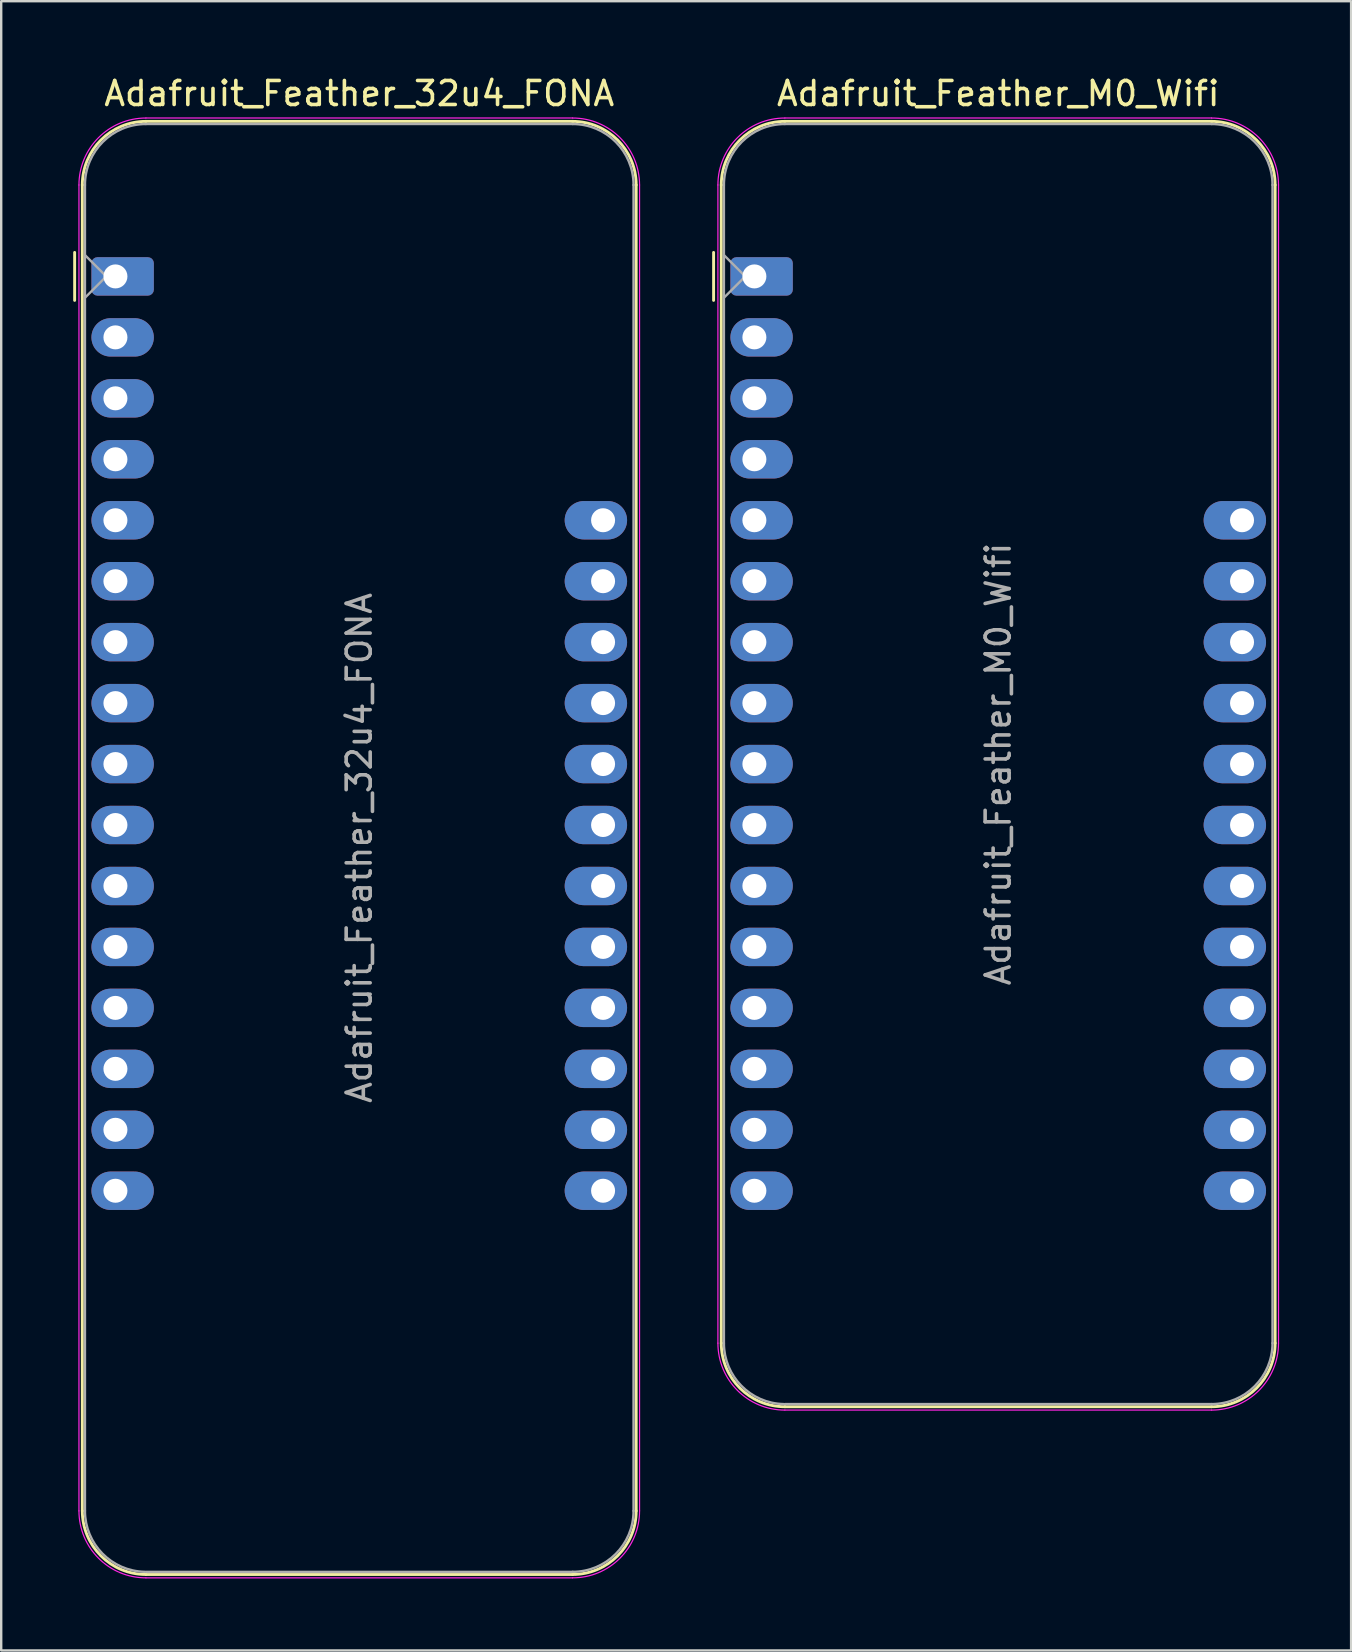
<source format=kicad_pcb>
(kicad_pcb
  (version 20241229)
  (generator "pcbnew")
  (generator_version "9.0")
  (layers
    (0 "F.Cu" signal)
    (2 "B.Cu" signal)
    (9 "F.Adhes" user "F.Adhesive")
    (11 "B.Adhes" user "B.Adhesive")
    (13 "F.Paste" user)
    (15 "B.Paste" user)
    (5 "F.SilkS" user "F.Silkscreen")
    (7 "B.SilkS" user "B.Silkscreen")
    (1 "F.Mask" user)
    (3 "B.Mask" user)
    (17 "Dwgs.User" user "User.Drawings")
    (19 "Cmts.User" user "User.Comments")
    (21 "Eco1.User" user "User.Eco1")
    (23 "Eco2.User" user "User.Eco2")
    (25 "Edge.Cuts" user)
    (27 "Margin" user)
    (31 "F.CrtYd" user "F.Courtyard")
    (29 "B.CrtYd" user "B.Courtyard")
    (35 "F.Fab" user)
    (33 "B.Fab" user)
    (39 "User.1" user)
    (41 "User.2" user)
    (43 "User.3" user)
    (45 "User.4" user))
  (footprint "Adafruit_Feather_M0_Wifi"
    (layer "F.Cu")
    (at 28.385 8.468)
    (property "Reference" "Adafruit_Feather_M0_Wifi" (at 10.16 -7.62 0) (layer "F.SilkS") (effects (font (size 1 1) (thickness 0.15))))
    (attr through_hole)
    (fp_line (start -1.7 1) (end -1.7 -1) (stroke (width 0.12) (type solid)) (layer "F.SilkS"))
    (fp_line (start -1.38 -3.81) (end -1.38 44.45) (stroke (width 0.12) (type solid)) (layer "F.SilkS"))
    (fp_line (start 19.05 -6.46) (end 1.27 -6.46) (stroke (width 0.12) (type solid)) (layer "F.SilkS"))
    (fp_line (start 19.05 47.1) (end 1.27 47.1) (stroke (width 0.12) (type solid)) (layer "F.SilkS"))
    (fp_line (start 21.7 -3.81) (end 21.7 44.45) (stroke (width 0.12) (type solid)) (layer "F.SilkS"))
    (fp_arc (start -1.38 -3.81) (mid -0.603833 -5.683833) (end 1.27 -6.46) (stroke (width 0.12) (type solid)) (layer "F.SilkS"))
    (fp_arc (start 1.27 47.1) (mid -0.603833 46.323833) (end -1.38 44.45) (stroke (width 0.12) (type solid)) (layer "F.SilkS"))
    (fp_arc (start 19.05 -6.46) (mid 20.923833 -5.683833) (end 21.7 -3.81) (stroke (width 0.12) (type solid)) (layer "F.SilkS"))
    (fp_arc (start 21.7 44.45) (mid 20.923833 46.323833) (end 19.05 47.1) (stroke (width 0.12) (type solid)) (layer "F.SilkS"))
    (fp_line (start -1.52 44.45) (end -1.52 -3.81) (stroke (width 0.05) (type solid)) (layer "F.CrtYd"))
    (fp_line (start 19.05 -6.6) (end 1.27 -6.6) (stroke (width 0.05) (type solid)) (layer "F.CrtYd"))
    (fp_line (start 19.05 47.24) (end 1.27 47.24) (stroke (width 0.05) (type solid)) (layer "F.CrtYd"))
    (fp_line (start 21.84 44.45) (end 21.84 -3.81) (stroke (width 0.05) (type solid)) (layer "F.CrtYd"))
    (fp_arc (start -1.52 -3.81) (mid -0.702828 -5.782828) (end 1.27 -6.6) (stroke (width 0.05) (type solid)) (layer "F.CrtYd"))
    (fp_arc (start 1.27 47.24) (mid -0.702828 46.422828) (end -1.52 44.45) (stroke (width 0.05) (type solid)) (layer "F.CrtYd"))
    (fp_arc (start 19.05 -6.6) (mid 21.022828 -5.782828) (end 21.84 -3.81) (stroke (width 0.05) (type solid)) (layer "F.CrtYd"))
    (fp_arc (start 21.84 44.45) (mid 21.022828 46.422828) (end 19.05 47.24) (stroke (width 0.05) (type solid)) (layer "F.CrtYd"))
    (fp_line (start -1.27 -3.81) (end -1.27 44.45) (stroke (width 0.1) (type solid)) (layer "F.Fab"))
    (fp_line (start -1.27 -0.889) (end -0.381 0) (stroke (width 0.1) (type solid)) (layer "F.Fab"))
    (fp_line (start -0.381 0) (end -1.27 0.889) (stroke (width 0.1) (type solid)) (layer "F.Fab"))
    (fp_line (start 1.27 46.99) (end 19.05 46.99) (stroke (width 0.1) (type solid)) (layer "F.Fab"))
    (fp_line (start 19.05 -6.35) (end 1.27 -6.35) (stroke (width 0.1) (type solid)) (layer "F.Fab"))
    (fp_line (start 21.59 44.45) (end 21.59 -3.81) (stroke (width 0.1) (type solid)) (layer "F.Fab"))
    (fp_arc (start -1.27 -3.81) (mid -0.526051 -5.606051) (end 1.27 -6.35) (stroke (width 0.1) (type solid)) (layer "F.Fab"))
    (fp_arc (start 1.221238 46.989532) (mid -0.543209 46.228728) (end -1.27 44.45) (stroke (width 0.1) (type solid)) (layer "F.Fab"))
    (fp_arc (start 19.05 -6.35) (mid 20.846051 -5.606051) (end 21.59 -3.81) (stroke (width 0.1) (type solid)) (layer "F.Fab"))
    (fp_arc (start 21.59 44.45) (mid 20.846051 46.246051) (end 19.05 46.99) (stroke (width 0.1) (type solid)) (layer "F.Fab"))
    (fp_text user "${REFERENCE}" (at 10.16 20.32 270) (layer "F.Fab") (effects (font (size 1 1) (thickness 0.15))))
    (pad "1" thru_hole roundrect (at 0 0) (size 2.6 1.6) (drill 1 (offset 0.3 0)) (layers "*.Cu" "*.Mask") (roundrect_rratio 0.156))
    (pad "2" thru_hole oval (at 0 2.54) (size 2.6 1.6) (drill 1 (offset 0.3 0)) (layers "*.Cu" "*.Mask"))
    (pad "3" thru_hole oval (at 0 5.08) (size 2.6 1.6) (drill 1 (offset 0.3 0)) (layers "*.Cu" "*.Mask"))
    (pad "4" thru_hole oval (at 0 7.62) (size 2.6 1.6) (drill 1 (offset 0.3 0)) (layers "*.Cu" "*.Mask"))
    (pad "5" thru_hole oval (at 0 10.16) (size 2.6 1.6) (drill 1 (offset 0.3 0)) (layers "*.Cu" "*.Mask"))
    (pad "6" thru_hole oval (at 0 12.7) (size 2.6 1.6) (drill 1 (offset 0.3 0)) (layers "*.Cu" "*.Mask"))
    (pad "7" thru_hole oval (at 0 15.24) (size 2.6 1.6) (drill 1 (offset 0.3 0)) (layers "*.Cu" "*.Mask"))
    (pad "8" thru_hole oval (at 0 17.78) (size 2.6 1.6) (drill 1 (offset 0.3 0)) (layers "*.Cu" "*.Mask"))
    (pad "9" thru_hole oval (at 0 20.32) (size 2.6 1.6) (drill 1 (offset 0.3 0)) (layers "*.Cu" "*.Mask"))
    (pad "10" thru_hole oval (at 0 22.86) (size 2.6 1.6) (drill 1 (offset 0.3 0)) (layers "*.Cu" "*.Mask"))
    (pad "11" thru_hole oval (at 0 25.4) (size 2.6 1.6) (drill 1 (offset 0.3 0)) (layers "*.Cu" "*.Mask"))
    (pad "12" thru_hole oval (at 0 27.94) (size 2.6 1.6) (drill 1 (offset 0.3 0)) (layers "*.Cu" "*.Mask"))
    (pad "13" thru_hole oval (at 0 30.48) (size 2.6 1.6) (drill 1 (offset 0.3 0)) (layers "*.Cu" "*.Mask"))
    (pad "14" thru_hole oval (at 0 33.02) (size 2.6 1.6) (drill 1 (offset 0.3 0)) (layers "*.Cu" "*.Mask"))
    (pad "15" thru_hole oval (at 0 35.56) (size 2.6 1.6) (drill 1 (offset 0.3 0)) (layers "*.Cu" "*.Mask"))
    (pad "16" thru_hole oval (at 0 38.1) (size 2.6 1.6) (drill 1 (offset 0.3 0)) (layers "*.Cu" "*.Mask"))
    (pad "17" thru_hole oval (at 20.32 38.1 180) (size 2.6 1.6) (drill 1 (offset 0.3 0)) (layers "*.Cu" "*.Mask"))
    (pad "18" thru_hole oval (at 20.32 35.56 180) (size 2.6 1.6) (drill 1 (offset 0.3 0)) (layers "*.Cu" "*.Mask"))
    (pad "19" thru_hole oval (at 20.32 33.02 180) (size 2.6 1.6) (drill 1 (offset 0.3 0)) (layers "*.Cu" "*.Mask"))
    (pad "20" thru_hole oval (at 20.32 30.48 180) (size 2.6 1.6) (drill 1 (offset 0.3 0)) (layers "*.Cu" "*.Mask"))
    (pad "21" thru_hole oval (at 20.32 27.94 180) (size 2.6 1.6) (drill 1 (offset 0.3 0)) (layers "*.Cu" "*.Mask"))
    (pad "22" thru_hole oval (at 20.32 25.4 180) (size 2.6 1.6) (drill 1 (offset 0.3 0)) (layers "*.Cu" "*.Mask"))
    (pad "23" thru_hole oval (at 20.32 22.86 180) (size 2.6 1.6) (drill 1 (offset 0.3 0)) (layers "*.Cu" "*.Mask"))
    (pad "24" thru_hole oval (at 20.32 20.32 180) (size 2.6 1.6) (drill 1 (offset 0.3 0)) (layers "*.Cu" "*.Mask"))
    (pad "25" thru_hole oval (at 20.32 17.78 180) (size 2.6 1.6) (drill 1 (offset 0.3 0)) (layers "*.Cu" "*.Mask"))
    (pad "26" thru_hole oval (at 20.32 15.24 180) (size 2.6 1.6) (drill 1 (offset 0.3 0)) (layers "*.Cu" "*.Mask"))
    (pad "27" thru_hole oval (at 20.32 12.7 180) (size 2.6 1.6) (drill 1 (offset 0.3 0)) (layers "*.Cu" "*.Mask"))
    (pad "28" thru_hole oval (at 20.32 10.16 180) (size 2.6 1.6) (drill 1 (offset 0.3 0)) (layers "*.Cu" "*.Mask")))
  (footprint "Adafruit_Feather_32u4_FONA"
    (layer "F.Cu")
    (at 1.76 8.468)
    (property "Reference" "Adafruit_Feather_32u4_FONA" (at 10.16 -7.62 0) (layer "F.SilkS") (effects (font (size 1 1) (thickness 0.15))))
    (attr through_hole)
    (fp_line (start -1.7 1) (end -1.7 -1) (stroke (width 0.12) (type solid)) (layer "F.SilkS"))
    (fp_line (start -1.38 -3.81) (end -1.38 51.44) (stroke (width 0.12) (type solid)) (layer "F.SilkS"))
    (fp_line (start 19.05 -6.46) (end 1.27 -6.46) (stroke (width 0.12) (type solid)) (layer "F.SilkS"))
    (fp_line (start 19.05 54.09) (end 1.27 54.09) (stroke (width 0.12) (type solid)) (layer "F.SilkS"))
    (fp_line (start 21.7 -3.81) (end 21.7 51.44) (stroke (width 0.12) (type solid)) (layer "F.SilkS"))
    (fp_arc (start -1.38 -3.81) (mid -0.603833 -5.683833) (end 1.27 -6.46) (stroke (width 0.12) (type solid)) (layer "F.SilkS"))
    (fp_arc (start 1.27 54.09) (mid -0.603833 53.313833) (end -1.38 51.44) (stroke (width 0.12) (type solid)) (layer "F.SilkS"))
    (fp_arc (start 19.05 -6.46) (mid 20.923833 -5.683833) (end 21.7 -3.81) (stroke (width 0.12) (type solid)) (layer "F.SilkS"))
    (fp_arc (start 21.7 51.44) (mid 20.923833 53.313833) (end 19.05 54.09) (stroke (width 0.12) (type solid)) (layer "F.SilkS"))
    (fp_line (start -1.52 51.44) (end -1.52 -3.81) (stroke (width 0.05) (type solid)) (layer "F.CrtYd"))
    (fp_line (start 19.05 -6.6) (end 1.27 -6.6) (stroke (width 0.05) (type solid)) (layer "F.CrtYd"))
    (fp_line (start 19.05 54.23) (end 1.27 54.23) (stroke (width 0.05) (type solid)) (layer "F.CrtYd"))
    (fp_line (start 21.84 51.44) (end 21.84 -3.81) (stroke (width 0.05) (type solid)) (layer "F.CrtYd"))
    (fp_arc (start -1.52 -3.81) (mid -0.702828 -5.782828) (end 1.27 -6.6) (stroke (width 0.05) (type solid)) (layer "F.CrtYd"))
    (fp_arc (start 1.27 54.23) (mid -0.702828 53.412828) (end -1.52 51.44) (stroke (width 0.05) (type solid)) (layer "F.CrtYd"))
    (fp_arc (start 19.05 -6.6) (mid 21.022828 -5.782828) (end 21.84 -3.81) (stroke (width 0.05) (type solid)) (layer "F.CrtYd"))
    (fp_arc (start 21.84 51.44) (mid 21.022828 53.412828) (end 19.05 54.23) (stroke (width 0.05) (type solid)) (layer "F.CrtYd"))
    (fp_line (start -1.27 -3.81) (end -1.27 51.44) (stroke (width 0.1) (type solid)) (layer "F.Fab"))
    (fp_line (start -1.27 -0.889) (end -0.381 0) (stroke (width 0.1) (type solid)) (layer "F.Fab"))
    (fp_line (start -0.381 0) (end -1.27 0.889) (stroke (width 0.1) (type solid)) (layer "F.Fab"))
    (fp_line (start 1.27 53.98) (end 19.05 53.98) (stroke (width 0.1) (type solid)) (layer "F.Fab"))
    (fp_line (start 19.05 -6.35) (end 1.27 -6.35) (stroke (width 0.1) (type solid)) (layer "F.Fab"))
    (fp_line (start 21.59 51.44) (end 21.59 -3.81) (stroke (width 0.1) (type solid)) (layer "F.Fab"))
    (fp_arc (start -1.27 -3.81) (mid -0.526051 -5.606051) (end 1.27 -6.35) (stroke (width 0.1) (type solid)) (layer "F.Fab"))
    (fp_arc (start 1.221238 53.979532) (mid -0.543209 53.218728) (end -1.27 51.44) (stroke (width 0.1) (type solid)) (layer "F.Fab"))
    (fp_arc (start 19.05 -6.35) (mid 20.846051 -5.606051) (end 21.59 -3.81) (stroke (width 0.1) (type solid)) (layer "F.Fab"))
    (fp_arc (start 21.59 51.44) (mid 20.846051 53.236051) (end 19.05 53.98) (stroke (width 0.1) (type solid)) (layer "F.Fab"))
    (fp_text user "${REFERENCE}" (at 10.16 23.815 270) (layer "F.Fab") (effects (font (size 1 1) (thickness 0.15))))
    (pad "1" thru_hole roundrect (at 0 0) (size 2.6 1.6) (drill 1 (offset 0.3 0)) (layers "*.Cu" "*.Mask") (roundrect_rratio 0.156))
    (pad "2" thru_hole oval (at 0 2.54) (size 2.6 1.6) (drill 1 (offset 0.3 0)) (layers "*.Cu" "*.Mask"))
    (pad "3" thru_hole oval (at 0 5.08) (size 2.6 1.6) (drill 1 (offset 0.3 0)) (layers "*.Cu" "*.Mask"))
    (pad "4" thru_hole oval (at 0 7.62) (size 2.6 1.6) (drill 1 (offset 0.3 0)) (layers "*.Cu" "*.Mask"))
    (pad "5" thru_hole oval (at 0 10.16) (size 2.6 1.6) (drill 1 (offset 0.3 0)) (layers "*.Cu" "*.Mask"))
    (pad "6" thru_hole oval (at 0 12.7) (size 2.6 1.6) (drill 1 (offset 0.3 0)) (layers "*.Cu" "*.Mask"))
    (pad "7" thru_hole oval (at 0 15.24) (size 2.6 1.6) (drill 1 (offset 0.3 0)) (layers "*.Cu" "*.Mask"))
    (pad "8" thru_hole oval (at 0 17.78) (size 2.6 1.6) (drill 1 (offset 0.3 0)) (layers "*.Cu" "*.Mask"))
    (pad "9" thru_hole oval (at 0 20.32) (size 2.6 1.6) (drill 1 (offset 0.3 0)) (layers "*.Cu" "*.Mask"))
    (pad "10" thru_hole oval (at 0 22.86) (size 2.6 1.6) (drill 1 (offset 0.3 0)) (layers "*.Cu" "*.Mask"))
    (pad "11" thru_hole oval (at 0 25.4) (size 2.6 1.6) (drill 1 (offset 0.3 0)) (layers "*.Cu" "*.Mask"))
    (pad "12" thru_hole oval (at 0 27.94) (size 2.6 1.6) (drill 1 (offset 0.3 0)) (layers "*.Cu" "*.Mask"))
    (pad "13" thru_hole oval (at 0 30.48) (size 2.6 1.6) (drill 1 (offset 0.3 0)) (layers "*.Cu" "*.Mask"))
    (pad "14" thru_hole oval (at 0 33.02) (size 2.6 1.6) (drill 1 (offset 0.3 0)) (layers "*.Cu" "*.Mask"))
    (pad "15" thru_hole oval (at 0 35.56) (size 2.6 1.6) (drill 1 (offset 0.3 0)) (layers "*.Cu" "*.Mask"))
    (pad "16" thru_hole oval (at 0 38.1) (size 2.6 1.6) (drill 1 (offset 0.3 0)) (layers "*.Cu" "*.Mask"))
    (pad "17" thru_hole oval (at 20.32 38.1 180) (size 2.6 1.6) (drill 1 (offset 0.3 0)) (layers "*.Cu" "*.Mask"))
    (pad "18" thru_hole oval (at 20.32 35.56 180) (size 2.6 1.6) (drill 1 (offset 0.3 0)) (layers "*.Cu" "*.Mask"))
    (pad "19" thru_hole oval (at 20.32 33.02 180) (size 2.6 1.6) (drill 1 (offset 0.3 0)) (layers "*.Cu" "*.Mask"))
    (pad "20" thru_hole oval (at 20.32 30.48 180) (size 2.6 1.6) (drill 1 (offset 0.3 0)) (layers "*.Cu" "*.Mask"))
    (pad "21" thru_hole oval (at 20.32 27.94 180) (size 2.6 1.6) (drill 1 (offset 0.3 0)) (layers "*.Cu" "*.Mask"))
    (pad "22" thru_hole oval (at 20.32 25.4 180) (size 2.6 1.6) (drill 1 (offset 0.3 0)) (layers "*.Cu" "*.Mask"))
    (pad "23" thru_hole oval (at 20.32 22.86 180) (size 2.6 1.6) (drill 1 (offset 0.3 0)) (layers "*.Cu" "*.Mask"))
    (pad "24" thru_hole oval (at 20.32 20.32 180) (size 2.6 1.6) (drill 1 (offset 0.3 0)) (layers "*.Cu" "*.Mask"))
    (pad "25" thru_hole oval (at 20.32 17.78 180) (size 2.6 1.6) (drill 1 (offset 0.3 0)) (layers "*.Cu" "*.Mask"))
    (pad "26" thru_hole oval (at 20.32 15.24 180) (size 2.6 1.6) (drill 1 (offset 0.3 0)) (layers "*.Cu" "*.Mask"))
    (pad "27" thru_hole oval (at 20.32 12.7 180) (size 2.6 1.6) (drill 1 (offset 0.3 0)) (layers "*.Cu" "*.Mask"))
    (pad "28" thru_hole oval (at 20.32 10.16 180) (size 2.6 1.6) (drill 1 (offset 0.3 0)) (layers "*.Cu" "*.Mask")))
  (gr_rect
    (start -3 -3)
    (end 53.25 65.723)
    (stroke (width 0.1) (type default))
    (fill no)
    (layer "Edge.Cuts")))
</source>
